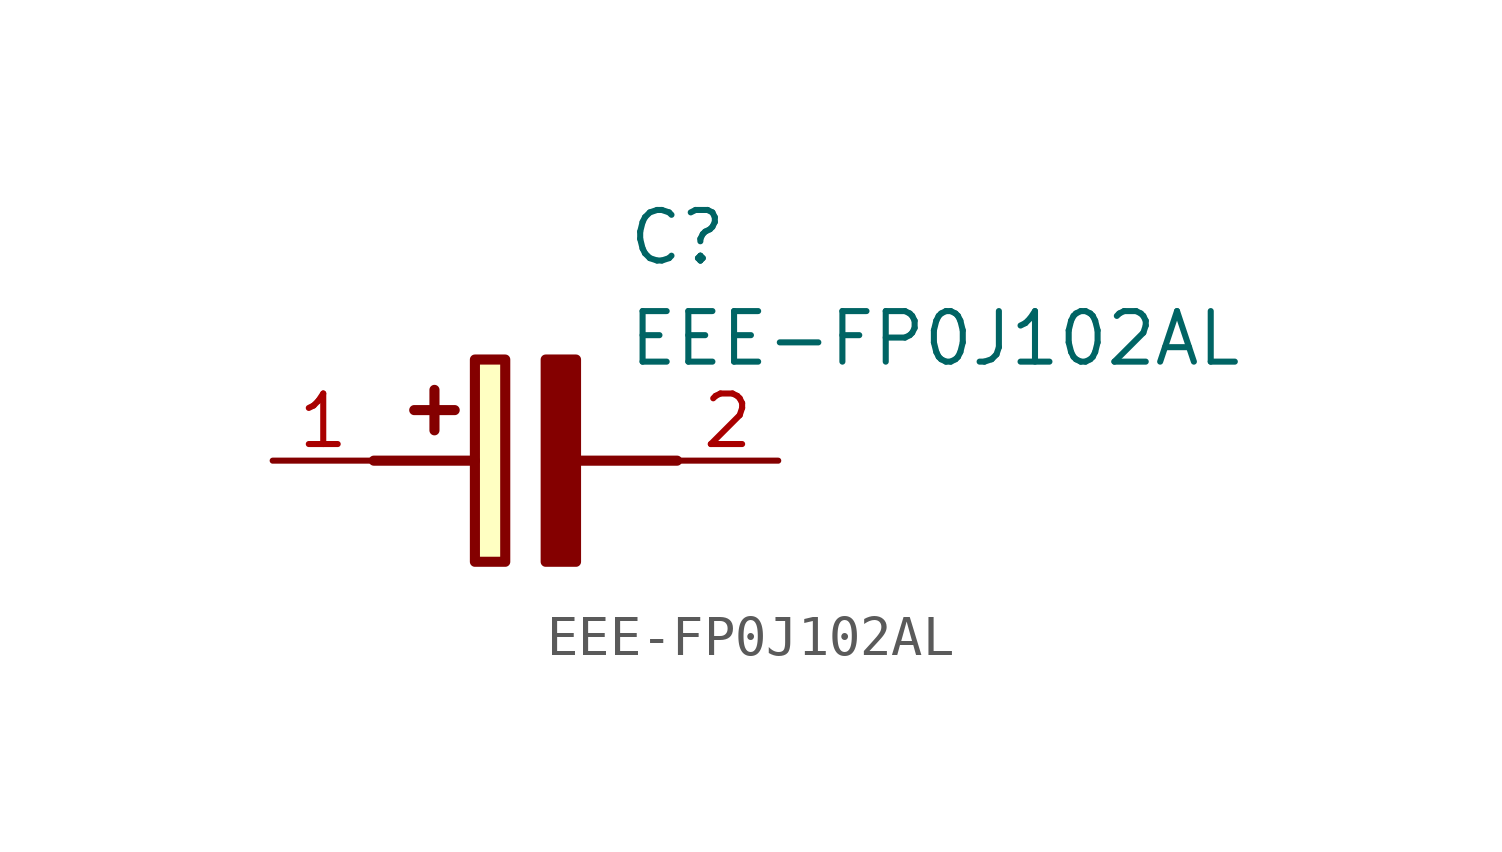
<source format=kicad_sym>
(kicad_symbol_lib
  (version 20211014)
  (generator SamacSys_ECAD_Model)
  (symbol "EEE-FP0J102AL"
    (pin_names hide)
    (property "Reference" "C"
      (at 8.89 6.35 0)
      (effects (font (size 1.27 1.27)) (justify left top)))
    (property "Value" "EEE-FP0J102AL"
      (at 8.89 3.81 0)
      (effects (font (size 1.27 1.27)) (justify left top)))
    (rectangle
      (start 5.08 2.54)
      (end 5.842 -2.54)
      (stroke (width 0.254) (type default))
      (fill (type background)))
    (polyline
      (pts (xy 4.572 1.27) (xy 3.556 1.27))
      (stroke (width 0.254) (type default))
      (fill (type none)))
    (polyline
      (pts (xy 4.064 1.778) (xy 4.064 0.762))
      (stroke (width 0.254) (type default))
      (fill (type none)))
    (polyline
      (pts (xy 2.54 0) (xy 5.08 0))
      (stroke (width 0.254) (type default))
      (fill (type none)))
    (polyline
      (pts (xy 7.62 0) (xy 10.16 0))
      (stroke (width 0.254) (type default))
      (fill (type none)))
    (polyline
      (pts (xy 7.62 2.54) (xy 7.62 -2.54) (xy 6.858 -2.54) (xy 6.858 2.54) (xy 7.62 2.54))
      (stroke (width 0.254) (type default))
      (fill (type outline)))
    (pin passive line
      (at 0 0 0)
      (length 2.54)
      (name "+" (effects (font (size 1.27 1.27))))
      (number "1" (effects (font (size 1.27 1.27)))))
    (pin passive line
      (at 12.7 0 180)
      (length 2.54)
      (name "-" (effects (font (size 1.27 1.27))))
      (number "2" (effects (font (size 1.27 1.27)))))))
</source>
